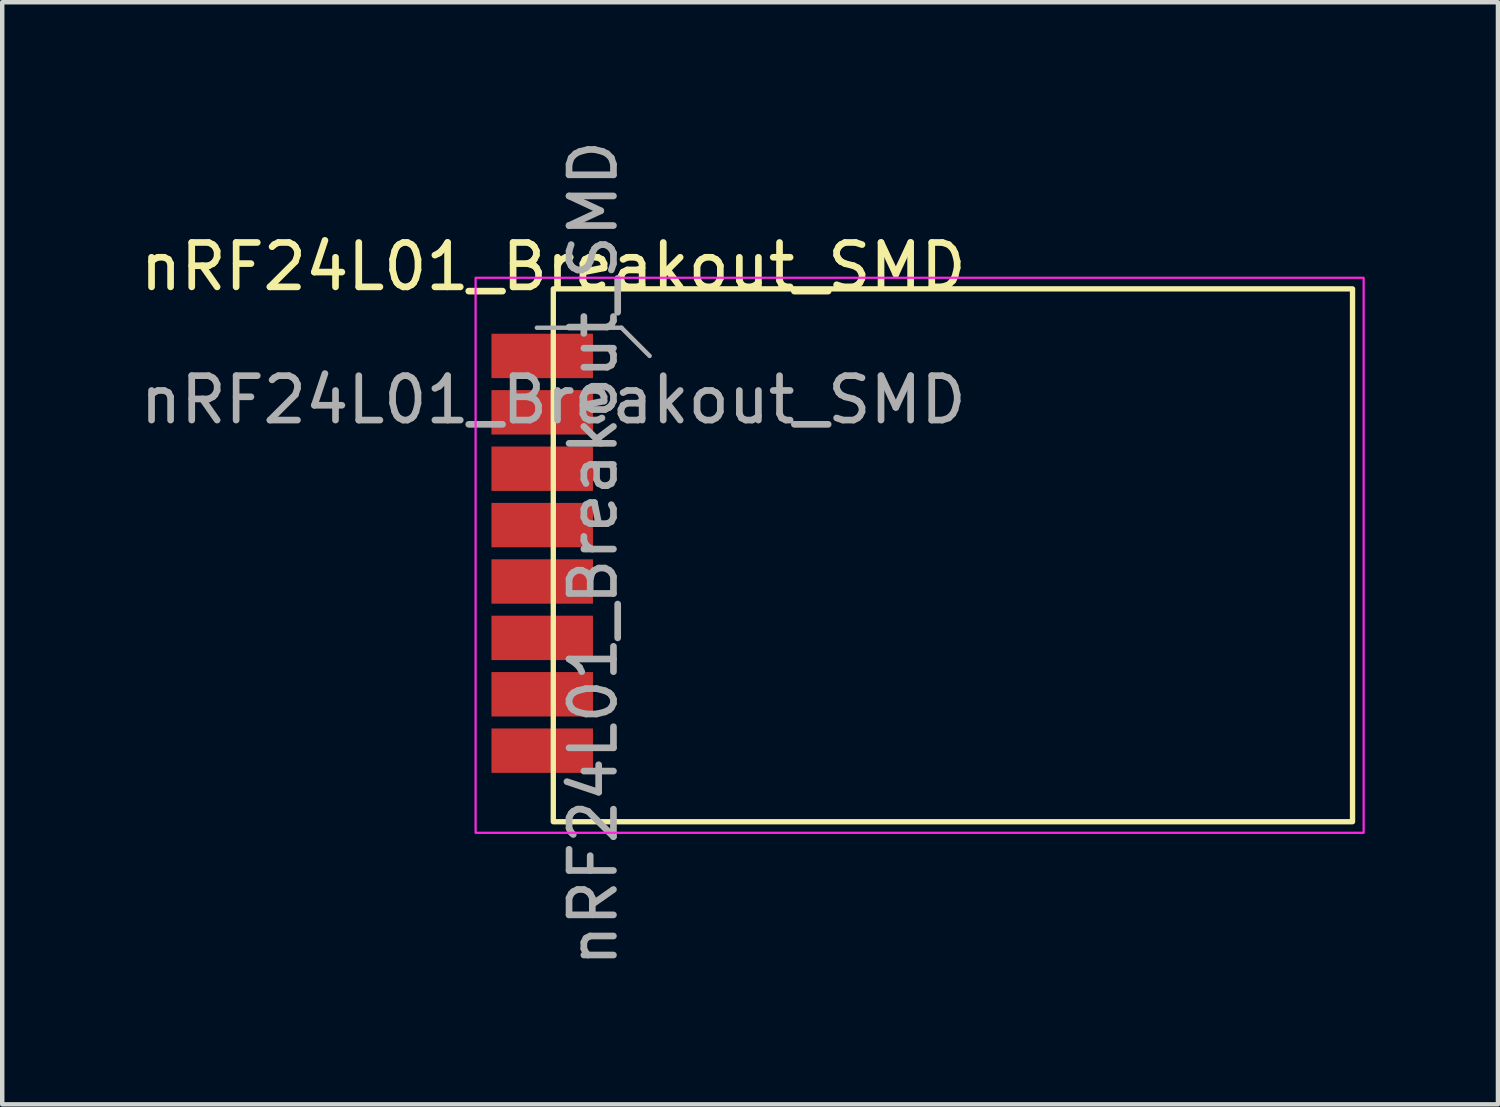
<source format=kicad_pcb>
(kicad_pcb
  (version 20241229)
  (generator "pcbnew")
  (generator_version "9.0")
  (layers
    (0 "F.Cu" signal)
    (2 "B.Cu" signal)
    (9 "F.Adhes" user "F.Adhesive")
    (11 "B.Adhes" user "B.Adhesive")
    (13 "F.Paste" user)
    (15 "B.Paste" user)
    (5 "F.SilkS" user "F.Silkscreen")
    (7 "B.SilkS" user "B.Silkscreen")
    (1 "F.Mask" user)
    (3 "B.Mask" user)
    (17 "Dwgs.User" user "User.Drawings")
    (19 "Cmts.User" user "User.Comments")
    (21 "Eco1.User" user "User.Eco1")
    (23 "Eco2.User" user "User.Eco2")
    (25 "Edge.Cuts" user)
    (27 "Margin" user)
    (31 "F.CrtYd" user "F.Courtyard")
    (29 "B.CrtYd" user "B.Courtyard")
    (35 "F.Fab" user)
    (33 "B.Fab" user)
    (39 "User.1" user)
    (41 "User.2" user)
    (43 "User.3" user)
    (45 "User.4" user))
  (footprint "nRF24L01_Breakout_SMD"
    (layer "F.Cu")
    (at 9.411 3.456)
    (property "Reference" "nRF24L01_Breakout_SMD" (at 0 -0.5 0) (unlocked yes) (layer "F.SilkS") (effects (font (size 1 1) (thickness 0.15))))
    (attr smd)
    (fp_rect (start 0 0) (end 18 12) (stroke (width 0.12) (type solid)) (fill no) (layer "F.SilkS"))
    (fp_rect (start -1.75 -0.25) (end 18.25 12.25) (stroke (width 0.05) (type solid)) (fill no) (layer "F.CrtYd"))
    (fp_line (start -0.37 0.875) (end 1.535 0.875) (stroke (width 0.1) (type solid)) (layer "F.Fab"))
    (fp_line (start 1.535 0.875) (end 2.17 1.51) (stroke (width 0.1) (type solid)) (layer "F.Fab"))
    (fp_text user "${REFERENCE}" (at 0 2.5 0) (unlocked yes) (layer "F.Fab") (effects (font (size 1 1) (thickness 0.15))))
    (fp_text user "${REFERENCE}" (at 0.9 5.955 90) (layer "F.Fab") (effects (font (size 1 1) (thickness 0.15))))
    (pad "1" smd rect (at -0.25 2.78) (size 2.286 1) (layers "F.Cu" "F.Mask" "F.Paste"))
    (pad "2" smd rect (at -0.25 1.51) (size 2.286 1) (layers "F.Cu" "F.Mask" "F.Paste"))
    (pad "3" smd rect (at -0.25 4.05) (size 2.286 1) (layers "F.Cu" "F.Mask" "F.Paste"))
    (pad "4" smd rect (at -0.25 5.32) (size 2.286 1) (layers "F.Cu" "F.Mask" "F.Paste"))
    (pad "5" smd rect (at -0.25 6.59) (size 2.286 1) (layers "F.Cu" "F.Mask" "F.Paste"))
    (pad "6" smd rect (at -0.25 7.86) (size 2.286 1) (layers "F.Cu" "F.Mask" "F.Paste"))
    (pad "7" smd rect (at -0.25 9.13) (size 2.286 1) (layers "F.Cu" "F.Mask" "F.Paste"))
    (pad "8" smd rect (at -0.25 10.4) (size 2.286 1) (layers "F.Cu" "F.Mask" "F.Paste")))
  (gr_rect
    (start -3 -3)
    (end 30.686 21.821)
    (stroke (width 0.1) (type default))
    (fill no)
    (layer "Edge.Cuts")))
</source>
